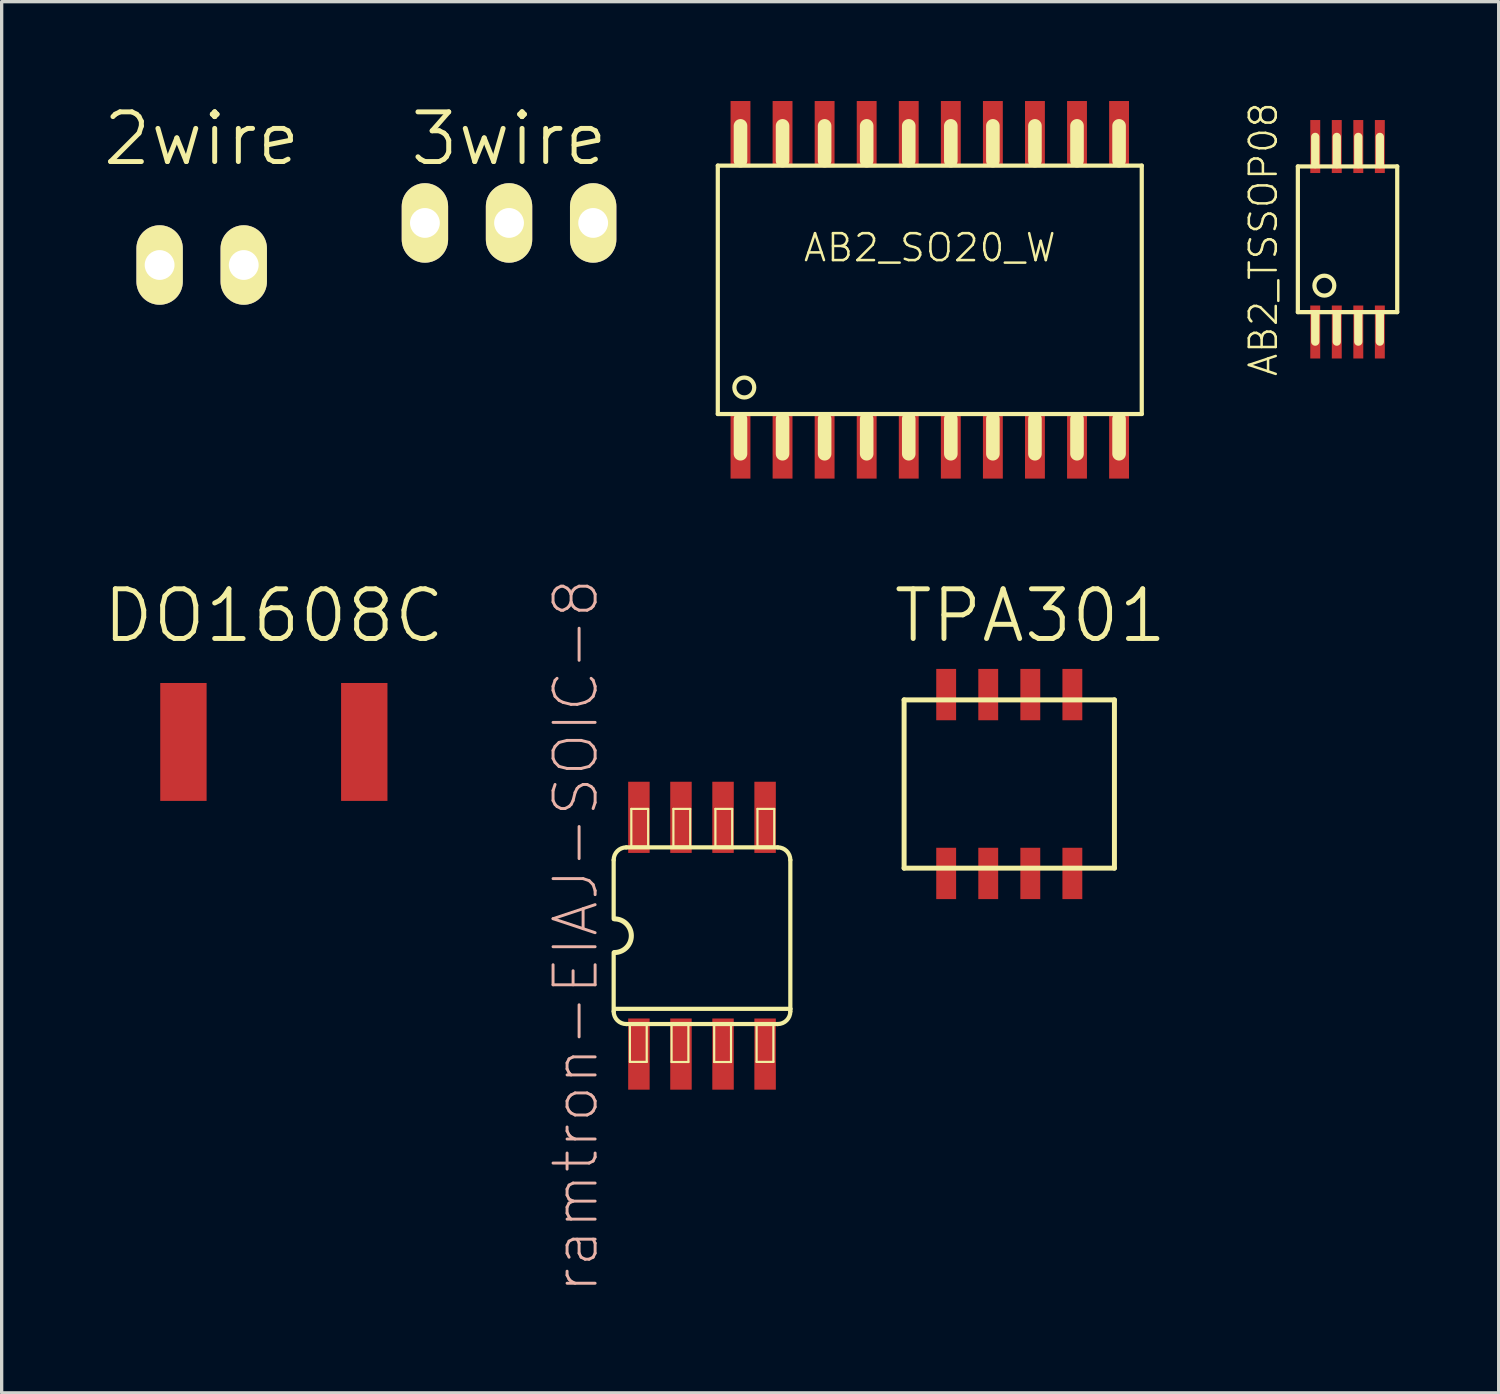
<source format=kicad_pcb>
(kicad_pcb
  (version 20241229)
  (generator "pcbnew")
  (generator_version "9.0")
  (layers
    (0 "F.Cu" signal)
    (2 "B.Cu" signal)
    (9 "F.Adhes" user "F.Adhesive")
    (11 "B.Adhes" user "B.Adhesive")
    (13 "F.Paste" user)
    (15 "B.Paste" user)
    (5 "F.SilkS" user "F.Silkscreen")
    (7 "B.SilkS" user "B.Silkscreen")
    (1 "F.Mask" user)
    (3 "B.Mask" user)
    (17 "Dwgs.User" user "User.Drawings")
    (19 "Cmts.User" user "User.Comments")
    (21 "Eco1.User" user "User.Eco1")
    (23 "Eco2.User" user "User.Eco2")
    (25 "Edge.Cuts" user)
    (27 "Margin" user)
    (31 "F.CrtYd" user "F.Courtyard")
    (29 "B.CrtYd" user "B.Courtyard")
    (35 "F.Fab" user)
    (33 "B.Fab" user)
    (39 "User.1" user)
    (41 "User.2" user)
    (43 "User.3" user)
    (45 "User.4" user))
  (footprint "DO1608C"
    (layer "F.Cu")
    (at 5.218 19.351)
    (property "Reference" "DO1608C" (at 0 -3.81 0) (layer "F.SilkS") (effects (font (size 1.5 1.5) (thickness 0.15))))
    (attr through_hole)
    (pad "1" smd rect (at -2.73 0) (size 1.4 3.56) (layers "F.Cu" "F.Mask" "F.Paste"))
    (pad "2" smd rect (at 2.73 0) (size 1.4 3.56) (layers "F.Cu" "F.Mask" "F.Paste")))
  (footprint "AB2_TSSOP08"
    (layer "F.Cu")
    (at 37.635 4.174)
    (property "Reference" "AB2_TSSOP08" (at -2.54 0 90) (layer "F.SilkS") (effects (font (size 0.813 0.813) (thickness 0.076))))
    (attr through_hole)
    (fp_line (start -1.5 -2.2) (end 1.5 -2.2) (stroke (width 0.127) (type solid)) (layer "F.SilkS"))
    (fp_line (start -1.5 2.2) (end -1.5 -2.2) (stroke (width 0.127) (type solid)) (layer "F.SilkS"))
    (fp_line (start -0.975 -2.27) (end -0.975 -3.09) (stroke (width 0.25) (type solid)) (layer "F.SilkS"))
    (fp_line (start -0.975 2.27) (end -0.975 3.09) (stroke (width 0.25) (type solid)) (layer "F.SilkS"))
    (fp_line (start -0.325 -2.27) (end -0.325 -3.09) (stroke (width 0.25) (type solid)) (layer "F.SilkS"))
    (fp_line (start -0.325 2.27) (end -0.325 3.09) (stroke (width 0.25) (type solid)) (layer "F.SilkS"))
    (fp_line (start 0.325 -2.27) (end 0.325 -3.09) (stroke (width 0.25) (type solid)) (layer "F.SilkS"))
    (fp_line (start 0.325 2.27) (end 0.325 3.09) (stroke (width 0.25) (type solid)) (layer "F.SilkS"))
    (fp_line (start 0.975 -2.27) (end 0.975 -3.09) (stroke (width 0.25) (type solid)) (layer "F.SilkS"))
    (fp_line (start 0.975 2.27) (end 0.975 3.09) (stroke (width 0.25) (type solid)) (layer "F.SilkS"))
    (fp_line (start 1.5 -2.2) (end 1.5 2.2) (stroke (width 0.127) (type solid)) (layer "F.SilkS"))
    (fp_line (start 1.5 2.2) (end -1.5 2.2) (stroke (width 0.127) (type solid)) (layer "F.SilkS"))
    (fp_circle (center -0.7 1.4) (end -0.7 1.1) (stroke (width 0.127) (type solid)) (fill no) (layer "F.SilkS"))
    (pad "1" smd rect (at -0.975 2.8) (size 0.3 1.6) (layers "F.Cu" "F.Mask" "F.Paste"))
    (pad "2" smd rect (at -0.325 2.8) (size 0.3 1.6) (layers "F.Cu" "F.Mask" "F.Paste"))
    (pad "3" smd rect (at 0.325 2.8) (size 0.3 1.6) (layers "F.Cu" "F.Mask" "F.Paste"))
    (pad "4" smd rect (at 0.975 2.8) (size 0.3 1.6) (layers "F.Cu" "F.Mask" "F.Paste"))
    (pad "5" smd rect (at 0.975 -2.8) (size 0.3 1.6) (layers "F.Cu" "F.Mask" "F.Paste"))
    (pad "6" smd rect (at 0.325 -2.8) (size 0.3 1.6) (layers "F.Cu" "F.Mask" "F.Paste"))
    (pad "7" smd rect (at -0.325 -2.8) (size 0.3 1.6) (layers "F.Cu" "F.Mask" "F.Paste"))
    (pad "8" smd rect (at -0.975 -2.8) (size 0.3 1.6) (layers "F.Cu" "F.Mask" "F.Paste")))
  (footprint "AB2_SO20_W"
    (layer "F.Cu")
    (at 25.022 5.7)
    (property "Reference" "AB2_SO20_W" (at 0 -1.27 0) (layer "F.SilkS") (effects (font (size 0.813 0.813) (thickness 0.076))))
    (attr through_hole)
    (fp_line (start -6.4 -3.75) (end 6.4 -3.75) (stroke (width 0.127) (type solid)) (layer "F.SilkS"))
    (fp_line (start -6.4 3.75) (end -6.4 -3.75) (stroke (width 0.127) (type solid)) (layer "F.SilkS"))
    (fp_line (start -5.715 -4.95) (end -5.715 -3.9) (stroke (width 0.41) (type solid)) (layer "F.SilkS"))
    (fp_line (start -5.715 3.9) (end -5.715 4.95) (stroke (width 0.41) (type solid)) (layer "F.SilkS"))
    (fp_line (start -4.445 -4.95) (end -4.445 -3.9) (stroke (width 0.41) (type solid)) (layer "F.SilkS"))
    (fp_line (start -4.445 3.9) (end -4.445 4.95) (stroke (width 0.41) (type solid)) (layer "F.SilkS"))
    (fp_line (start -3.175 -4.95) (end -3.175 -3.9) (stroke (width 0.41) (type solid)) (layer "F.SilkS"))
    (fp_line (start -3.175 3.9) (end -3.175 4.95) (stroke (width 0.41) (type solid)) (layer "F.SilkS"))
    (fp_line (start -1.905 -4.95) (end -1.905 -3.9) (stroke (width 0.41) (type solid)) (layer "F.SilkS"))
    (fp_line (start -1.905 3.9) (end -1.905 4.95) (stroke (width 0.41) (type solid)) (layer "F.SilkS"))
    (fp_line (start -0.635 -4.95) (end -0.635 -3.9) (stroke (width 0.41) (type solid)) (layer "F.SilkS"))
    (fp_line (start -0.635 3.9) (end -0.635 4.95) (stroke (width 0.41) (type solid)) (layer "F.SilkS"))
    (fp_line (start 0.635 -4.95) (end 0.635 -3.9) (stroke (width 0.41) (type solid)) (layer "F.SilkS"))
    (fp_line (start 0.635 3.9) (end 0.635 4.95) (stroke (width 0.41) (type solid)) (layer "F.SilkS"))
    (fp_line (start 1.905 -4.95) (end 1.905 -3.9) (stroke (width 0.41) (type solid)) (layer "F.SilkS"))
    (fp_line (start 1.905 3.9) (end 1.905 4.95) (stroke (width 0.41) (type solid)) (layer "F.SilkS"))
    (fp_line (start 3.175 -4.95) (end 3.175 -3.9) (stroke (width 0.41) (type solid)) (layer "F.SilkS"))
    (fp_line (start 3.175 3.9) (end 3.175 4.95) (stroke (width 0.41) (type solid)) (layer "F.SilkS"))
    (fp_line (start 4.445 -4.95) (end 4.445 -3.9) (stroke (width 0.41) (type solid)) (layer "F.SilkS"))
    (fp_line (start 4.445 3.9) (end 4.445 4.95) (stroke (width 0.41) (type solid)) (layer "F.SilkS"))
    (fp_line (start 5.715 -4.95) (end 5.715 -3.9) (stroke (width 0.41) (type solid)) (layer "F.SilkS"))
    (fp_line (start 5.715 3.9) (end 5.715 4.95) (stroke (width 0.41) (type solid)) (layer "F.SilkS"))
    (fp_line (start 6.4 -3.75) (end 6.4 3.75) (stroke (width 0.127) (type solid)) (layer "F.SilkS"))
    (fp_line (start 6.4 3.75) (end -6.4 3.75) (stroke (width 0.127) (type solid)) (layer "F.SilkS"))
    (fp_circle (center -5.6 2.95) (end -5.6 2.65) (stroke (width 0.127) (type solid)) (fill no) (layer "F.SilkS"))
    (pad "1" smd rect (at -5.715 4.7) (size 0.6 2) (layers "F.Cu" "F.Mask" "F.Paste"))
    (pad "2" smd rect (at -4.445 4.7) (size 0.6 2) (layers "F.Cu" "F.Mask" "F.Paste"))
    (pad "3" smd rect (at -3.175 4.7) (size 0.6 2) (layers "F.Cu" "F.Mask" "F.Paste"))
    (pad "4" smd rect (at -1.905 4.7) (size 0.6 2) (layers "F.Cu" "F.Mask" "F.Paste"))
    (pad "5" smd rect (at -0.635 4.7) (size 0.6 2) (layers "F.Cu" "F.Mask" "F.Paste"))
    (pad "6" smd rect (at 0.635 4.7) (size 0.6 2) (layers "F.Cu" "F.Mask" "F.Paste"))
    (pad "7" smd rect (at 1.905 4.7) (size 0.6 2) (layers "F.Cu" "F.Mask" "F.Paste"))
    (pad "8" smd rect (at 3.175 4.7) (size 0.6 2) (layers "F.Cu" "F.Mask" "F.Paste"))
    (pad "9" smd rect (at 4.445 4.7) (size 0.6 2) (layers "F.Cu" "F.Mask" "F.Paste"))
    (pad "10" smd rect (at 5.715 4.7) (size 0.6 2) (layers "F.Cu" "F.Mask" "F.Paste"))
    (pad "11" smd rect (at 5.715 -4.7) (size 0.6 2) (layers "F.Cu" "F.Mask" "F.Paste"))
    (pad "12" smd rect (at 4.445 -4.7) (size 0.6 2) (layers "F.Cu" "F.Mask" "F.Paste"))
    (pad "13" smd rect (at 3.175 -4.7) (size 0.6 2) (layers "F.Cu" "F.Mask" "F.Paste"))
    (pad "14" smd rect (at 1.905 -4.7) (size 0.6 2) (layers "F.Cu" "F.Mask" "F.Paste"))
    (pad "15" smd rect (at 0.635 -4.7) (size 0.6 2) (layers "F.Cu" "F.Mask" "F.Paste"))
    (pad "16" smd rect (at -0.635 -4.7) (size 0.6 2) (layers "F.Cu" "F.Mask" "F.Paste"))
    (pad "17" smd rect (at -1.905 -4.7) (size 0.6 2) (layers "F.Cu" "F.Mask" "F.Paste"))
    (pad "18" smd rect (at -3.175 -4.7) (size 0.6 2) (layers "F.Cu" "F.Mask" "F.Paste"))
    (pad "19" smd rect (at -4.445 -4.7) (size 0.6 2) (layers "F.Cu" "F.Mask" "F.Paste"))
    (pad "20" smd rect (at -5.715 -4.7) (size 0.6 2) (layers "F.Cu" "F.Mask" "F.Paste")))
  (footprint "2wire"
    (layer "F.Cu")
    (at 3.039 4.951)
    (property "Reference" "2wire" (at 0 -3.81 0) (layer "F.SilkS") (effects (font (size 1.5 1.5) (thickness 0.15))))
    (attr through_hole)
    (pad "1" thru_hole oval (at -1.27 0) (size 1.4 2.4) (drill 0.9) (layers "*.Cu" "*.Mask" "F.SilkS"))
    (pad "2" thru_hole oval (at 1.27 0) (size 1.4 2.4) (drill 0.9) (layers "*.Cu" "*.Mask" "F.SilkS")))
  (footprint "ramtron-EIAJ-SOIC-8"
    (layer "F.Cu")
    (at 18.145 25.201)
    (property "Reference" "ramtron-EIAJ-SOIC-8" (at -3.81 0 90) (layer "B.SilkS") (effects (font (size 1.27 1.27) (thickness 0.089))))
    (attr smd)
    (fp_line (start -2.667 -2.286) (end -2.667 -0.508) (stroke (width 0.127) (type solid)) (layer "F.SilkS"))
    (fp_line (start -2.667 2.286) (end -2.667 0.508) (stroke (width 0.127) (type solid)) (layer "F.SilkS"))
    (fp_line (start -2.177 2.667) (end -1.669 2.667) (stroke (width 0.066) (type solid)) (layer "F.SilkS"))
    (fp_line (start -2.177 3.81) (end -2.177 2.667) (stroke (width 0.066) (type solid)) (layer "F.SilkS"))
    (fp_line (start -2.177 3.81) (end -1.669 3.81) (stroke (width 0.066) (type solid)) (layer "F.SilkS"))
    (fp_line (start -2.134 -3.828) (end -1.626 -3.828) (stroke (width 0.066) (type solid)) (layer "F.SilkS"))
    (fp_line (start -2.134 -2.685) (end -2.134 -3.828) (stroke (width 0.066) (type solid)) (layer "F.SilkS"))
    (fp_line (start -2.134 -2.685) (end -1.626 -2.685) (stroke (width 0.066) (type solid)) (layer "F.SilkS"))
    (fp_line (start -1.669 3.81) (end -1.669 2.667) (stroke (width 0.066) (type solid)) (layer "F.SilkS"))
    (fp_line (start -1.626 -2.685) (end -1.626 -3.828) (stroke (width 0.066) (type solid)) (layer "F.SilkS"))
    (fp_line (start -0.919 2.67) (end -0.411 2.67) (stroke (width 0.066) (type solid)) (layer "F.SilkS"))
    (fp_line (start -0.919 3.813) (end -0.919 2.67) (stroke (width 0.066) (type solid)) (layer "F.SilkS"))
    (fp_line (start -0.919 3.813) (end -0.411 3.813) (stroke (width 0.066) (type solid)) (layer "F.SilkS"))
    (fp_line (start -0.864 -3.828) (end -0.356 -3.828) (stroke (width 0.066) (type solid)) (layer "F.SilkS"))
    (fp_line (start -0.864 -2.685) (end -0.864 -3.828) (stroke (width 0.066) (type solid)) (layer "F.SilkS"))
    (fp_line (start -0.864 -2.685) (end -0.356 -2.685) (stroke (width 0.066) (type solid)) (layer "F.SilkS"))
    (fp_line (start -0.411 3.813) (end -0.411 2.67) (stroke (width 0.066) (type solid)) (layer "F.SilkS"))
    (fp_line (start -0.356 -2.685) (end -0.356 -3.828) (stroke (width 0.066) (type solid)) (layer "F.SilkS"))
    (fp_line (start 0.368 2.67) (end 0.876 2.67) (stroke (width 0.066) (type solid)) (layer "F.SilkS"))
    (fp_line (start 0.368 3.813) (end 0.368 2.67) (stroke (width 0.066) (type solid)) (layer "F.SilkS"))
    (fp_line (start 0.368 3.813) (end 0.876 3.813) (stroke (width 0.066) (type solid)) (layer "F.SilkS"))
    (fp_line (start 0.404 -3.828) (end 0.912 -3.828) (stroke (width 0.066) (type solid)) (layer "F.SilkS"))
    (fp_line (start 0.404 -2.685) (end 0.404 -3.828) (stroke (width 0.066) (type solid)) (layer "F.SilkS"))
    (fp_line (start 0.404 -2.685) (end 0.912 -2.685) (stroke (width 0.066) (type solid)) (layer "F.SilkS"))
    (fp_line (start 0.876 3.813) (end 0.876 2.67) (stroke (width 0.066) (type solid)) (layer "F.SilkS"))
    (fp_line (start 0.912 -2.685) (end 0.912 -3.828) (stroke (width 0.066) (type solid)) (layer "F.SilkS"))
    (fp_line (start 1.648 2.667) (end 2.156 2.667) (stroke (width 0.066) (type solid)) (layer "F.SilkS"))
    (fp_line (start 1.648 3.81) (end 1.648 2.667) (stroke (width 0.066) (type solid)) (layer "F.SilkS"))
    (fp_line (start 1.648 3.81) (end 2.156 3.81) (stroke (width 0.066) (type solid)) (layer "F.SilkS"))
    (fp_line (start 1.674 -3.828) (end 2.182 -3.828) (stroke (width 0.066) (type solid)) (layer "F.SilkS"))
    (fp_line (start 1.674 -2.685) (end 1.674 -3.828) (stroke (width 0.066) (type solid)) (layer "F.SilkS"))
    (fp_line (start 1.674 -2.685) (end 2.182 -2.685) (stroke (width 0.066) (type solid)) (layer "F.SilkS"))
    (fp_line (start 2.156 3.81) (end 2.156 2.667) (stroke (width 0.066) (type solid)) (layer "F.SilkS"))
    (fp_line (start 2.182 -2.685) (end 2.182 -3.828) (stroke (width 0.066) (type solid)) (layer "F.SilkS"))
    (fp_line (start 2.286 -2.667) (end -2.286 -2.667) (stroke (width 0.127) (type solid)) (layer "F.SilkS"))
    (fp_line (start 2.286 2.667) (end -2.286 2.667) (stroke (width 0.127) (type solid)) (layer "F.SilkS"))
    (fp_line (start 2.667 -2.286) (end 2.667 2.207) (stroke (width 0.127) (type solid)) (layer "F.SilkS"))
    (fp_line (start 2.667 2.207) (end -2.642 2.207) (stroke (width 0.127) (type solid)) (layer "F.SilkS"))
    (fp_line (start 2.667 2.207) (end 2.667 2.286) (stroke (width 0.127) (type solid)) (layer "F.SilkS"))
    (fp_arc (start -2.667 -2.286) (mid -2.555408 -2.555408) (end -2.286 -2.667) (stroke (width 0.127) (type solid)) (layer "F.SilkS"))
    (fp_arc (start -2.6416 -0.508) (mid -2.1336 0) (end -2.6416 0.508) (stroke (width 0.1524) (type solid)) (layer "F.SilkS"))
    (fp_arc (start -2.286 2.667) (mid -2.555408 2.555408) (end -2.667 2.286) (stroke (width 0.127) (type solid)) (layer "F.SilkS"))
    (fp_arc (start 2.286 -2.667) (mid 2.555408 -2.555408) (end 2.667 -2.286) (stroke (width 0.127) (type solid)) (layer "F.SilkS"))
    (fp_arc (start 2.667 2.286) (mid 2.555408 2.555408) (end 2.286 2.667) (stroke (width 0.127) (type solid)) (layer "F.SilkS"))
    (pad "1" smd rect (at -1.905 3.574) (size 0.648 2.149) (layers "F.Cu" "F.Mask" "F.Paste"))
    (pad "2" smd rect (at -0.635 3.574) (size 0.648 2.149) (layers "F.Cu" "F.Mask" "F.Paste"))
    (pad "3" smd rect (at 0.635 3.574) (size 0.648 2.149) (layers "F.Cu" "F.Mask" "F.Paste"))
    (pad "4" smd rect (at 1.905 3.574) (size 0.648 2.149) (layers "F.Cu" "F.Mask" "F.Paste"))
    (pad "5" smd rect (at 1.905 -3.574) (size 0.648 2.149) (layers "F.Cu" "F.Mask" "F.Paste"))
    (pad "6" smd rect (at 0.635 -3.574) (size 0.648 2.149) (layers "F.Cu" "F.Mask" "F.Paste"))
    (pad "7" smd rect (at -0.635 -3.574) (size 0.648 2.149) (layers "F.Cu" "F.Mask" "F.Paste"))
    (pad "8" smd rect (at -1.905 -3.574) (size 0.648 2.149) (layers "F.Cu" "F.Mask" "F.Paste")))
  (footprint "TPA301"
    (layer "F.Cu")
    (at 28.057 20.621)
    (property "Reference" "TPA301" (at 0 -5.08 0) (layer "F.SilkS") (effects (font (size 1.5 1.5) (thickness 0.15))))
    (attr through_hole)
    (fp_line (start -3.81 -2.54) (end 2.54 -2.54) (stroke (width 0.15) (type solid)) (layer "F.SilkS"))
    (fp_line (start -3.81 2.54) (end -3.81 -2.54) (stroke (width 0.15) (type solid)) (layer "F.SilkS"))
    (fp_line (start 2.54 -2.54) (end 2.54 2.54) (stroke (width 0.15) (type solid)) (layer "F.SilkS"))
    (fp_line (start 2.54 2.54) (end -3.81 2.54) (stroke (width 0.15) (type solid)) (layer "F.SilkS"))
    (pad "1" smd rect (at -2.54 2.7) (size 0.6 1.55) (layers "F.Cu" "F.Mask" "F.Paste"))
    (pad "2" smd rect (at -1.27 2.7) (size 0.6 1.55) (layers "F.Cu" "F.Mask" "F.Paste"))
    (pad "3" smd rect (at 0 2.7) (size 0.6 1.55) (layers "F.Cu" "F.Mask" "F.Paste"))
    (pad "4" smd rect (at 1.27 2.7) (size 0.6 1.55) (layers "F.Cu" "F.Mask" "F.Paste"))
    (pad "5" smd rect (at 1.27 -2.7) (size 0.6 1.55) (layers "F.Cu" "F.Mask" "F.Paste"))
    (pad "6" smd rect (at 0 -2.7) (size 0.6 1.55) (layers "F.Cu" "F.Mask" "F.Paste"))
    (pad "7" smd rect (at -1.27 -2.7) (size 0.6 1.55) (layers "F.Cu" "F.Mask" "F.Paste"))
    (pad "8" smd rect (at -2.54 -2.7) (size 0.6 1.55) (layers "F.Cu" "F.Mask" "F.Paste")))
  (footprint "3wire"
    (layer "F.Cu")
    (at 12.319 3.681)
    (property "Reference" "3wire" (at 0 -2.54 0) (layer "F.SilkS") (effects (font (size 1.5 1.5) (thickness 0.15))))
    (attr through_hole)
    (pad "1" thru_hole oval (at -2.54 0) (size 1.4 2.4) (drill 0.9) (layers "*.Cu" "*.Mask" "F.SilkS"))
    (pad "2" thru_hole oval (at 0 0) (size 1.4 2.4) (drill 0.9) (layers "*.Cu" "*.Mask" "F.SilkS"))
    (pad "3" thru_hole oval (at 2.54 0) (size 1.4 2.4) (drill 0.9) (layers "*.Cu" "*.Mask" "F.SilkS")))
  (gr_rect
    (start -3 -3)
    (end 42.198 39.003)
    (stroke (width 0.1) (type default))
    (fill no)
    (layer "Edge.Cuts")))
</source>
